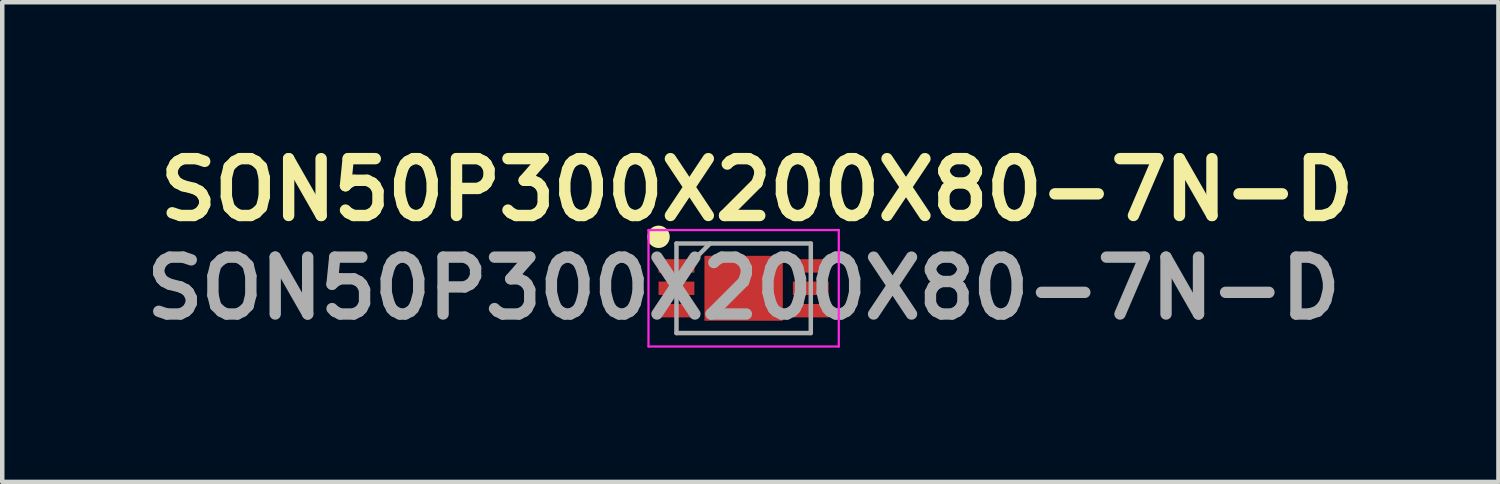
<source format=kicad_pcb>
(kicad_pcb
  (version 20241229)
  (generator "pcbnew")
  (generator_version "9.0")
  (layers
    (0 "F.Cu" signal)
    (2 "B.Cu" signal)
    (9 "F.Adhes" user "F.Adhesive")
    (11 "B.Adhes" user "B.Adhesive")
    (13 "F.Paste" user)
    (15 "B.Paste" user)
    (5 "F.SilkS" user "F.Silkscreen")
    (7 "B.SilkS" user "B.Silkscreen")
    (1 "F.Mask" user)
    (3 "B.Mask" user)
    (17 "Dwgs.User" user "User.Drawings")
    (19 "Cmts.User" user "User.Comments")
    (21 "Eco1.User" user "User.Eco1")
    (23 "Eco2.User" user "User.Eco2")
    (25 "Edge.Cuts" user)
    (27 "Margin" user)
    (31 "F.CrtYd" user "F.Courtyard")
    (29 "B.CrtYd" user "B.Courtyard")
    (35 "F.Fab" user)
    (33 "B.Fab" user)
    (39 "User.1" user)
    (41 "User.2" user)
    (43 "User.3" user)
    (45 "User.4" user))
  (footprint "SON50P300X200X80-7N-D"
    (layer "F.Cu")
    (at 13.559 3.389)
    (property "Reference" "SON50P300X200X80-7N-D" (at 0.3 -2.2 0) (layer "F.SilkS") (effects (font (size 1.27 1.27) (thickness 0.254))))
    (attr smd)
    (fp_circle (center -1.9 -1.15) (end -1.9 -1.025) (stroke (width 0.25) (type solid)) (fill no) (layer "F.SilkS"))
    (fp_line (start -2.125 -1.3) (end 2.125 -1.3) (stroke (width 0.05) (type solid)) (layer "F.CrtYd"))
    (fp_line (start -2.125 1.3) (end -2.125 -1.3) (stroke (width 0.05) (type solid)) (layer "F.CrtYd"))
    (fp_line (start 2.125 -1.3) (end 2.125 1.3) (stroke (width 0.05) (type solid)) (layer "F.CrtYd"))
    (fp_line (start 2.125 1.3) (end -2.125 1.3) (stroke (width 0.05) (type solid)) (layer "F.CrtYd"))
    (fp_line (start -1.5 -1) (end 1.5 -1) (stroke (width 0.1) (type solid)) (layer "F.Fab"))
    (fp_line (start -1.5 -0.25) (end -0.75 -1) (stroke (width 0.1) (type solid)) (layer "F.Fab"))
    (fp_line (start -1.5 1) (end -1.5 -1) (stroke (width 0.1) (type solid)) (layer "F.Fab"))
    (fp_line (start 1.5 -1) (end 1.5 1) (stroke (width 0.1) (type solid)) (layer "F.Fab"))
    (fp_line (start 1.5 1) (end -1.5 1) (stroke (width 0.1) (type solid)) (layer "F.Fab"))
    (fp_text user "${REFERENCE}" (at 0 0 0) (layer "F.Fab") (effects (font (size 1.27 1.27) (thickness 0.254))))
    (pad "1" smd rect (at -1.5 -0.5 90) (size 0.3 0.8) (layers "F.Cu" "F.Mask" "F.Paste"))
    (pad "2" smd rect (at -1.5 0 90) (size 0.3 0.8) (layers "F.Cu" "F.Mask" "F.Paste"))
    (pad "3" smd rect (at -1.5 0.5 90) (size 0.3 0.8) (layers "F.Cu" "F.Mask" "F.Paste"))
    (pad "4" smd rect (at 1.5 0.5 90) (size 0.3 0.8) (layers "F.Cu" "F.Mask" "F.Paste"))
    (pad "5" smd rect (at 1.5 0 90) (size 0.3 0.8) (layers "F.Cu" "F.Mask" "F.Paste"))
    (pad "6" smd rect (at 1.5 -0.5 90) (size 0.3 0.8) (layers "F.Cu" "F.Mask" "F.Paste"))
    (pad "7" smd rect (at 0 0 90) (size 1.45 1.75) (layers "F.Cu" "F.Mask" "F.Paste")))
  (gr_rect
    (start -3 -3)
    (end 30.418 7.714)
    (stroke (width 0.1) (type default))
    (fill no)
    (layer "Edge.Cuts")))
</source>
